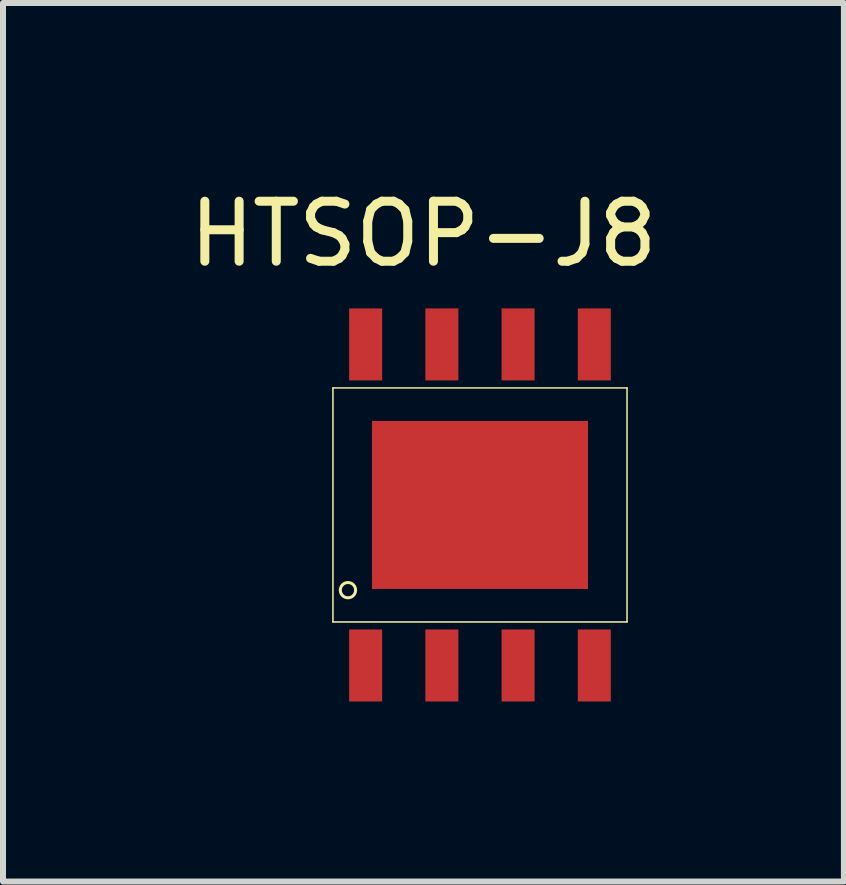
<source format=kicad_pcb>
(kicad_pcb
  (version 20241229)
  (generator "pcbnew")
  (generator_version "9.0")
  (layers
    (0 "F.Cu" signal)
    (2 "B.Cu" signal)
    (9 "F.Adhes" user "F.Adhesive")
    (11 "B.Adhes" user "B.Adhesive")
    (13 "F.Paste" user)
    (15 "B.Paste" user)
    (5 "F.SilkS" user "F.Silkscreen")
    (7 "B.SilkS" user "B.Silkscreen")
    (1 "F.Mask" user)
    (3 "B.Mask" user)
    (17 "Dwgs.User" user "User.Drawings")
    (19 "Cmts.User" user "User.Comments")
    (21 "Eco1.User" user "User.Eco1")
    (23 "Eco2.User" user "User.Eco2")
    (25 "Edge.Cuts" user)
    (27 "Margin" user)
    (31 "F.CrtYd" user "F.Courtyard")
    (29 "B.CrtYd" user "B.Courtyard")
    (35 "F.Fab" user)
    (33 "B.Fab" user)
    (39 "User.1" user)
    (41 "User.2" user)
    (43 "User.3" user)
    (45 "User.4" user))
  (footprint "HTSOP-J8"
    (layer "F.Cu")
    (at 2.498 7.314)
    (property "Reference" "HTSOP-J8" (at 1.508 -6.466 0) (layer "F.SilkS") (effects (font (size 1 1) (thickness 0.15))))
    (attr smd)
    (fp_line (start 0 -3.9) (end 0 0) (stroke (width 0.025) (type solid)) (layer "F.SilkS"))
    (fp_line (start 0 0) (end 4.9 0) (stroke (width 0.025) (type solid)) (layer "F.SilkS"))
    (fp_line (start 4.9 -3.9) (end 0 -3.9) (stroke (width 0.025) (type solid)) (layer "F.SilkS"))
    (fp_line (start 4.9 0) (end 4.9 -3.9) (stroke (width 0.025) (type solid)) (layer "F.SilkS"))
    (fp_circle (center 0.25 -0.53) (end 0.34 -0.62) (stroke (width 0.05) (type solid)) (fill no) (layer "F.SilkS"))
    (pad "1" smd rect (at 0.545 0.725) (size 0.55 1.2) (layers "F.Cu" "F.Mask" "F.Paste"))
    (pad "2" smd rect (at 1.815 0.725) (size 0.55 1.2) (layers "F.Cu" "F.Mask" "F.Paste"))
    (pad "3" smd rect (at 3.085 0.725) (size 0.55 1.2) (layers "F.Cu" "F.Mask" "F.Paste"))
    (pad "4" smd rect (at 4.355 0.725) (size 0.55 1.2) (layers "F.Cu" "F.Mask" "F.Paste"))
    (pad "5" smd rect (at 4.355 -4.625) (size 0.55 1.2) (layers "F.Cu" "F.Mask" "F.Paste"))
    (pad "6" smd rect (at 3.085 -4.625) (size 0.55 1.2) (layers "F.Cu" "F.Mask" "F.Paste"))
    (pad "7" smd rect (at 1.815 -4.625) (size 0.55 1.2) (layers "F.Cu" "F.Mask" "F.Paste"))
    (pad "8" smd rect (at 0.545 -4.625) (size 0.55 1.2) (layers "F.Cu" "F.Mask" "F.Paste"))
    (pad "9" smd rect (at 2.45 -1.95) (size 3.6 2.8) (layers "F.Cu" "F.Mask" "F.Paste")))
  (gr_rect
    (start -3 -3)
    (end 11.012 11.639)
    (stroke (width 0.1) (type default))
    (fill no)
    (layer "Edge.Cuts")))
</source>
